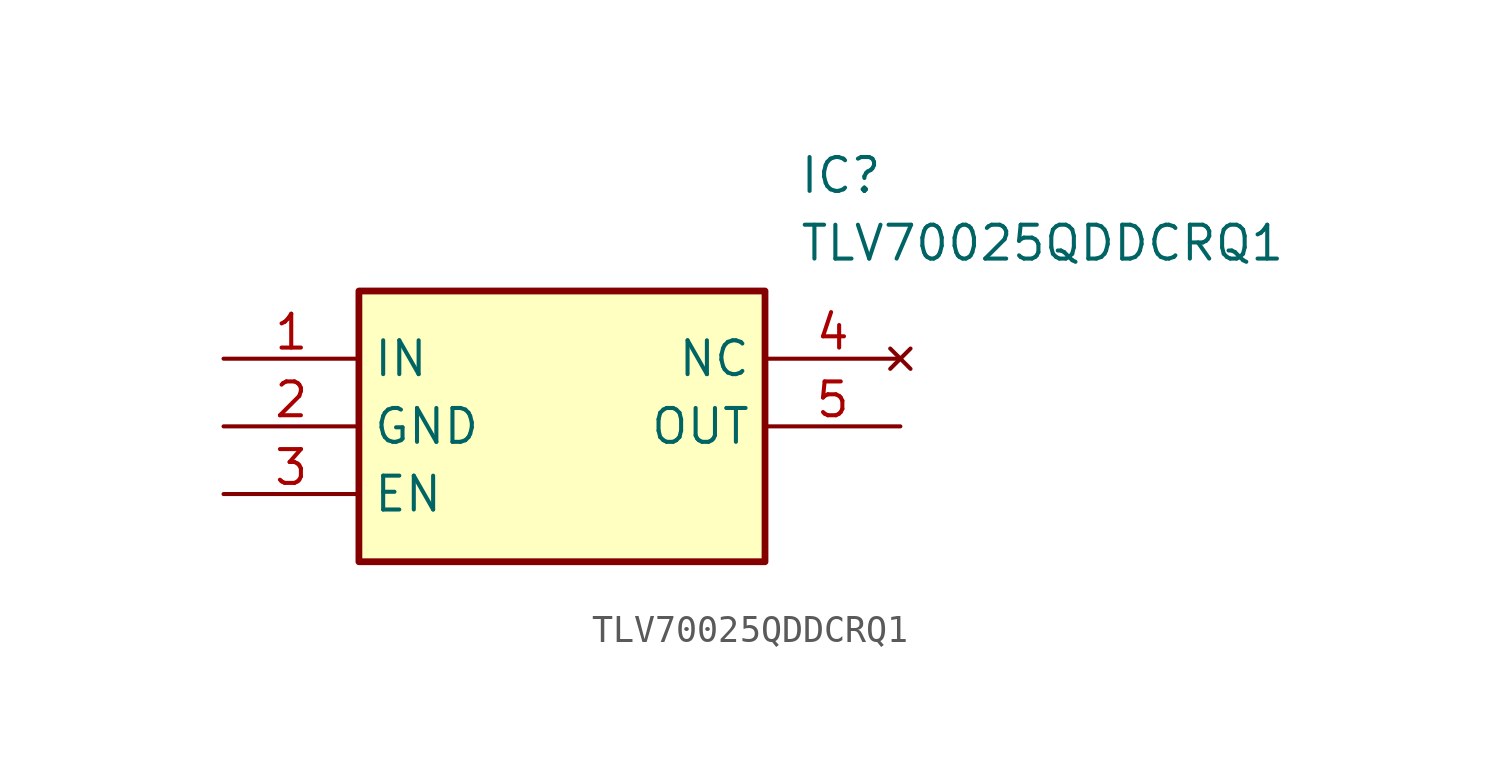
<source format=kicad_sym>
(kicad_symbol_lib
  (version 20220914)
  (generator kicad_symbol_editor)
  (symbol "TLV70025QDDCRQ1"
    (property "Reference" "IC"
      (at 21.59 7.62 0)
      (effects (font (size 1.27 1.27)) (justify left top)))
    (property "Value" "TLV70025QDDCRQ1"
      (at 21.59 5.08 0)
      (effects (font (size 1.27 1.27)) (justify left top)))
    (rectangle
      (start 5.08 2.54)
      (end 20.32 -7.62)
      (stroke (width 0.254) (type default))
      (fill (type background)))
    (pin passive line
      (at 0 0 0)
      (length 5.08)
      (name "IN" (effects (font (size 1.27 1.27))))
      (number "1" (effects (font (size 1.27 1.27)))))
    (pin passive line
      (at 0 -2.54 0)
      (length 5.08)
      (name "GND" (effects (font (size 1.27 1.27))))
      (number "2" (effects (font (size 1.27 1.27)))))
    (pin passive line
      (at 0 -5.08 0)
      (length 5.08)
      (name "EN" (effects (font (size 1.27 1.27))))
      (number "3" (effects (font (size 1.27 1.27)))))
    (pin no_connect line
      (at 25.4 0 180)
      (length 5.08)
      (name "NC" (effects (font (size 1.27 1.27))))
      (number "4" (effects (font (size 1.27 1.27)))))
    (pin passive line
      (at 25.4 -2.54 180)
      (length 5.08)
      (name "OUT" (effects (font (size 1.27 1.27))))
      (number "5" (effects (font (size 1.27 1.27)))))))
</source>
